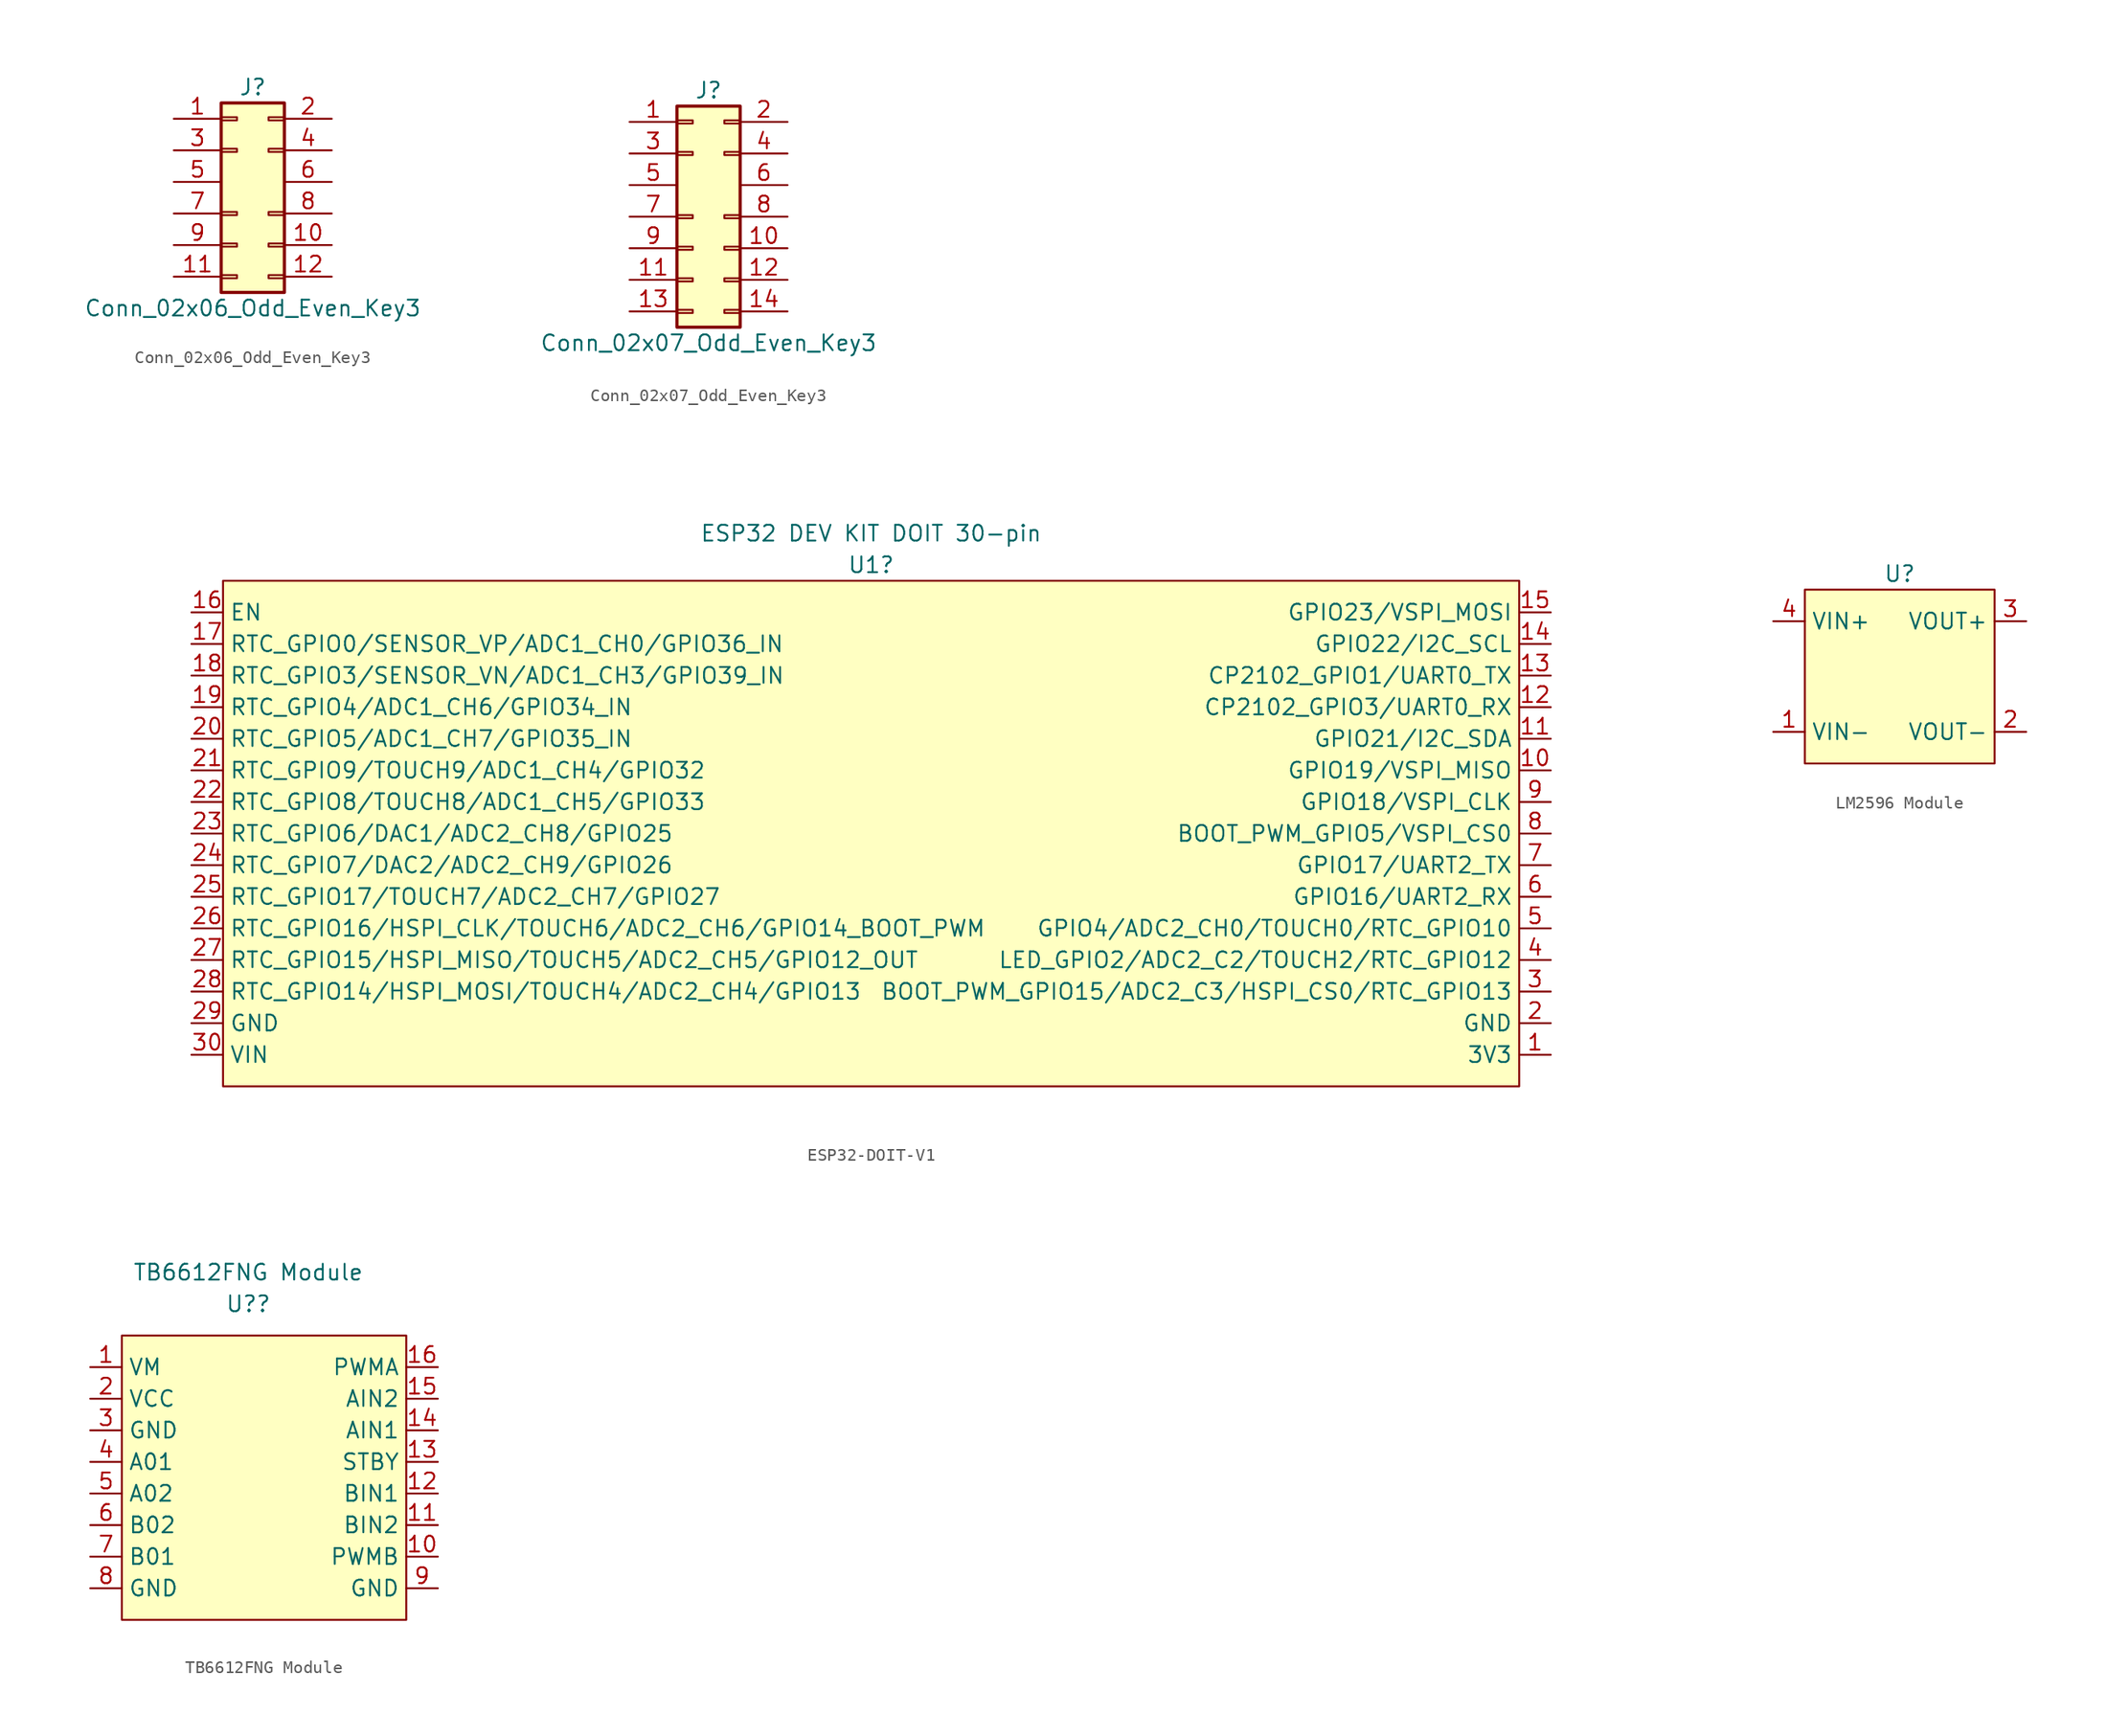
<source format=kicad_sym>
(kicad_symbol_lib
  (version 20220914)
  (generator kicad_symbol_editor)
  (symbol "Conn_02x06_Odd_Even_Key3"
    (pin_names
      (offset 1.016) hide)
    (property "Reference" "J"
      (at 1.27 7.62 0)
      (effects (font (size 1.27 1.27))))
    (property "Value" "Conn_02x06_Odd_Even_Key3"
      (at 1.27 -10.16 0)
      (effects (font (size 1.27 1.27))))
    (symbol "Conn_02x06_Odd_Even_Key3_1_1"
      (rectangle (start -1.27 -7.493) (end 0 -7.747) (stroke (width 0.152) (type default)) (fill (type none)))
      (rectangle (start -1.27 -4.953) (end 0 -5.207) (stroke (width 0.152) (type default)) (fill (type none)))
      (rectangle (start -1.27 -2.413) (end 0 -2.667) (stroke (width 0.152) (type default)) (fill (type none)))
      (rectangle (start -1.27 2.667) (end 0 2.413) (stroke (width 0.152) (type default)) (fill (type none)))
      (rectangle (start -1.27 5.207) (end 0 4.953) (stroke (width 0.152) (type default)) (fill (type none)))
      (rectangle (start -1.27 6.35) (end 3.81 -8.89) (stroke (width 0.254) (type default)) (fill (type background)))
      (rectangle (start 3.81 -7.493) (end 2.54 -7.747) (stroke (width 0.152) (type default)) (fill (type none)))
      (rectangle (start 3.81 -4.953) (end 2.54 -5.207) (stroke (width 0.152) (type default)) (fill (type none)))
      (rectangle (start 3.81 -2.413) (end 2.54 -2.667) (stroke (width 0.152) (type default)) (fill (type none)))
      (rectangle (start 3.81 2.667) (end 2.54 2.413) (stroke (width 0.152) (type default)) (fill (type none)))
      (rectangle (start 3.81 5.207) (end 2.54 4.953) (stroke (width 0.152) (type default)) (fill (type none)))
      (pin passive line (at -5.08 5.08 0) (length 3.81) (name "Pin_1" (effects (font (size 1.27 1.27)))) (number "1" (effects (font (size 1.27 1.27)))))
      (pin passive line (at 7.62 -5.08 180) (length 3.81) (name "Pin_10" (effects (font (size 1.27 1.27)))) (number "10" (effects (font (size 1.27 1.27)))))
      (pin passive line (at -5.08 -7.62 0) (length 3.81) (name "Pin_11" (effects (font (size 1.27 1.27)))) (number "11" (effects (font (size 1.27 1.27)))))
      (pin passive line (at 7.62 -7.62 180) (length 3.81) (name "Pin_12" (effects (font (size 1.27 1.27)))) (number "12" (effects (font (size 1.27 1.27)))))
      (pin passive line (at 7.62 5.08 180) (length 3.81) (name "Pin_2" (effects (font (size 1.27 1.27)))) (number "2" (effects (font (size 1.27 1.27)))))
      (pin passive line (at -5.08 2.54 0) (length 3.81) (name "Pin_3" (effects (font (size 1.27 1.27)))) (number "3" (effects (font (size 1.27 1.27)))))
      (pin passive line (at 7.62 2.54 180) (length 3.81) (name "Pin_4" (effects (font (size 1.27 1.27)))) (number "4" (effects (font (size 1.27 1.27)))))
      (pin passive line (at -5.08 0 0) (length 3.81) (name "Pin_5" (effects (font (size 1.27 1.27)))) (number "5" (effects (font (size 1.27 1.27)))))
      (pin passive line (at 7.62 0 180) (length 3.81) (name "Pin_6" (effects (font (size 1.27 1.27)))) (number "6" (effects (font (size 1.27 1.27)))))
      (pin passive line (at -5.08 -2.54 0) (length 3.81) (name "Pin_7" (effects (font (size 1.27 1.27)))) (number "7" (effects (font (size 1.27 1.27)))))
      (pin passive line (at 7.62 -2.54 180) (length 3.81) (name "Pin_8" (effects (font (size 1.27 1.27)))) (number "8" (effects (font (size 1.27 1.27)))))
      (pin passive line (at -5.08 -5.08 0) (length 3.81) (name "Pin_9" (effects (font (size 1.27 1.27)))) (number "9" (effects (font (size 1.27 1.27)))))))
  (symbol "Conn_02x07_Odd_Even_Key3"
    (pin_names
      (offset 1.016) hide)
    (property "Reference" "J"
      (at 1.27 10.16 0)
      (effects (font (size 1.27 1.27))))
    (property "Value" "Conn_02x07_Odd_Even_Key3"
      (at 1.27 -10.16 0)
      (effects (font (size 1.27 1.27))))
    (symbol "Conn_02x07_Odd_Even_Key3_1_1"
      (rectangle (start -1.27 -7.493) (end 0 -7.747) (stroke (width 0.152) (type default)) (fill (type none)))
      (rectangle (start -1.27 -4.953) (end 0 -5.207) (stroke (width 0.152) (type default)) (fill (type none)))
      (rectangle (start -1.27 -2.413) (end 0 -2.667) (stroke (width 0.152) (type default)) (fill (type none)))
      (rectangle (start -1.27 0.127) (end 0 -0.127) (stroke (width 0.152) (type default)) (fill (type none)))
      (rectangle (start -1.27 5.207) (end 0 4.953) (stroke (width 0.152) (type default)) (fill (type none)))
      (rectangle (start -1.27 7.747) (end 0 7.493) (stroke (width 0.152) (type default)) (fill (type none)))
      (rectangle (start -1.27 8.89) (end 3.81 -8.89) (stroke (width 0.254) (type default)) (fill (type background)))
      (rectangle (start 3.81 -7.493) (end 2.54 -7.747) (stroke (width 0.152) (type default)) (fill (type none)))
      (rectangle (start 3.81 -4.953) (end 2.54 -5.207) (stroke (width 0.152) (type default)) (fill (type none)))
      (rectangle (start 3.81 -2.413) (end 2.54 -2.667) (stroke (width 0.152) (type default)) (fill (type none)))
      (rectangle (start 3.81 0.127) (end 2.54 -0.127) (stroke (width 0.152) (type default)) (fill (type none)))
      (rectangle (start 3.81 5.207) (end 2.54 4.953) (stroke (width 0.152) (type default)) (fill (type none)))
      (rectangle (start 3.81 7.747) (end 2.54 7.493) (stroke (width 0.152) (type default)) (fill (type none)))
      (pin passive line (at -5.08 7.62 0) (length 3.81) (name "Pin_1" (effects (font (size 1.27 1.27)))) (number "1" (effects (font (size 1.27 1.27)))))
      (pin passive line (at 7.62 -2.54 180) (length 3.81) (name "Pin_10" (effects (font (size 1.27 1.27)))) (number "10" (effects (font (size 1.27 1.27)))))
      (pin passive line (at -5.08 -5.08 0) (length 3.81) (name "Pin_11" (effects (font (size 1.27 1.27)))) (number "11" (effects (font (size 1.27 1.27)))))
      (pin passive line (at 7.62 -5.08 180) (length 3.81) (name "Pin_12" (effects (font (size 1.27 1.27)))) (number "12" (effects (font (size 1.27 1.27)))))
      (pin passive line (at -5.08 -7.62 0) (length 3.81) (name "Pin_13" (effects (font (size 1.27 1.27)))) (number "13" (effects (font (size 1.27 1.27)))))
      (pin passive line (at 7.62 -7.62 180) (length 3.81) (name "Pin_14" (effects (font (size 1.27 1.27)))) (number "14" (effects (font (size 1.27 1.27)))))
      (pin passive line (at 7.62 7.62 180) (length 3.81) (name "Pin_2" (effects (font (size 1.27 1.27)))) (number "2" (effects (font (size 1.27 1.27)))))
      (pin passive line (at -5.08 5.08 0) (length 3.81) (name "Pin_3" (effects (font (size 1.27 1.27)))) (number "3" (effects (font (size 1.27 1.27)))))
      (pin passive line (at 7.62 5.08 180) (length 3.81) (name "Pin_4" (effects (font (size 1.27 1.27)))) (number "4" (effects (font (size 1.27 1.27)))))
      (pin passive line (at -5.08 2.54 0) (length 3.81) (name "Pin_5" (effects (font (size 1.27 1.27)))) (number "5" (effects (font (size 1.27 1.27)))))
      (pin passive line (at 7.62 2.54 180) (length 3.81) (name "Pin_6" (effects (font (size 1.27 1.27)))) (number "6" (effects (font (size 1.27 1.27)))))
      (pin passive line (at -5.08 0 0) (length 3.81) (name "Pin_7" (effects (font (size 1.27 1.27)))) (number "7" (effects (font (size 1.27 1.27)))))
      (pin passive line (at 7.62 0 180) (length 3.81) (name "Pin_8" (effects (font (size 1.27 1.27)))) (number "8" (effects (font (size 1.27 1.27)))))
      (pin passive line (at -5.08 -2.54 0) (length 3.81) (name "Pin_9" (effects (font (size 1.27 1.27)))) (number "9" (effects (font (size 1.27 1.27)))))))
  (symbol "ESP32-DOIT-V1"
    (property "Reference" "U1"
      (at -1.27 21.59 0)
      (effects (font (size 1.27 1.27))))
    (property "Value" "ESP32 DEV KIT DOIT 30-pin"
      (at -1.27 24.13 0)
      (effects (font (size 1.27 1.27))))
    (symbol "ESP32-DOIT-V1_1_1"
      (rectangle (start -53.34 20.32) (end 50.8 -20.32) (stroke (width 0) (type default)) (fill (type background)))
      (pin power_out line (at 53.34 -17.78 180) (length 2.54) (name "3V3" (effects (font (size 1.27 1.27)))) (number "1" (effects (font (size 1.27 1.27)))))
      (pin bidirectional line (at 53.34 5.08 180) (length 2.54) (name "GPIO19/VSPI_MISO" (effects (font (size 1.27 1.27)))) (number "10" (effects (font (size 1.27 1.27)))))
      (pin bidirectional line (at 53.34 7.62 180) (length 2.54) (name "GPIO21/I2C_SDA" (effects (font (size 1.27 1.27)))) (number "11" (effects (font (size 1.27 1.27)))))
      (pin bidirectional line (at 53.34 10.16 180) (length 2.54) (name "CP2102_GPIO3/UART0_RX" (effects (font (size 1.27 1.27)))) (number "12" (effects (font (size 1.27 1.27)))))
      (pin bidirectional line (at 53.34 12.7 180) (length 2.54) (name "CP2102_GPIO1/UART0_TX" (effects (font (size 1.27 1.27)))) (number "13" (effects (font (size 1.27 1.27)))))
      (pin bidirectional line (at 53.34 15.24 180) (length 2.54) (name "GPIO22/I2C_SCL" (effects (font (size 1.27 1.27)))) (number "14" (effects (font (size 1.27 1.27)))))
      (pin bidirectional line (at 53.34 17.78 180) (length 2.54) (name "GPIO23/VSPI_MOSI" (effects (font (size 1.27 1.27)))) (number "15" (effects (font (size 1.27 1.27)))))
      (pin bidirectional line (at -55.88 17.78 0) (length 2.54) (name "EN" (effects (font (size 1.27 1.27)))) (number "16" (effects (font (size 1.27 1.27)))))
      (pin bidirectional line (at -55.88 15.24 0) (length 2.54) (name "RTC_GPIO0/SENSOR_VP/ADC1_CH0/GPIO36_IN" (effects (font (size 1.27 1.27)))) (number "17" (effects (font (size 1.27 1.27)))))
      (pin bidirectional line (at -55.88 12.7 0) (length 2.54) (name "RTC_GPIO3/SENSOR_VN/ADC1_CH3/GPIO39_IN" (effects (font (size 1.27 1.27)))) (number "18" (effects (font (size 1.27 1.27)))))
      (pin bidirectional line (at -55.88 10.16 0) (length 2.54) (name "RTC_GPIO4/ADC1_CH6/GPIO34_IN" (effects (font (size 1.27 1.27)))) (number "19" (effects (font (size 1.27 1.27)))))
      (pin passive line (at 53.34 -15.24 180) (length 2.54) (name "GND" (effects (font (size 1.27 1.27)))) (number "2" (effects (font (size 1.27 1.27)))))
      (pin bidirectional line (at -55.88 7.62 0) (length 2.54) (name "RTC_GPIO5/ADC1_CH7/GPIO35_IN" (effects (font (size 1.27 1.27)))) (number "20" (effects (font (size 1.27 1.27)))))
      (pin bidirectional line (at -55.88 5.08 0) (length 2.54) (name "RTC_GPIO9/TOUCH9/ADC1_CH4/GPIO32" (effects (font (size 1.27 1.27)))) (number "21" (effects (font (size 1.27 1.27)))))
      (pin bidirectional line (at -55.88 2.54 0) (length 2.54) (name "RTC_GPIO8/TOUCH8/ADC1_CH5/GPIO33" (effects (font (size 1.27 1.27)))) (number "22" (effects (font (size 1.27 1.27)))))
      (pin bidirectional line (at -55.88 0 0) (length 2.54) (name "RTC_GPIO6/DAC1/ADC2_CH8/GPIO25" (effects (font (size 1.27 1.27)))) (number "23" (effects (font (size 1.27 1.27)))))
      (pin bidirectional line (at -55.88 -2.54 0) (length 2.54) (name "RTC_GPIO7/DAC2/ADC2_CH9/GPIO26" (effects (font (size 1.27 1.27)))) (number "24" (effects (font (size 1.27 1.27)))))
      (pin bidirectional line (at -55.88 -5.08 0) (length 2.54) (name "RTC_GPIO17/TOUCH7/ADC2_CH7/GPIO27" (effects (font (size 1.27 1.27)))) (number "25" (effects (font (size 1.27 1.27)))))
      (pin bidirectional line (at -55.88 -7.62 0) (length 2.54) (name "RTC_GPIO16/HSPI_CLK/TOUCH6/ADC2_CH6/GPIO14_BOOT_PWM" (effects (font (size 1.27 1.27)))) (number "26" (effects (font (size 1.27 1.27)))))
      (pin bidirectional line (at -55.88 -10.16 0) (length 2.54) (name "RTC_GPIO15/HSPI_MISO/TOUCH5/ADC2_CH5/GPIO12_OUT" (effects (font (size 1.27 1.27)))) (number "27" (effects (font (size 1.27 1.27)))))
      (pin bidirectional line (at -55.88 -12.7 0) (length 2.54) (name "RTC_GPIO14/HSPI_MOSI/TOUCH4/ADC2_CH4/GPIO13" (effects (font (size 1.27 1.27)))) (number "28" (effects (font (size 1.27 1.27)))))
      (pin passive line (at -55.88 -15.24 0) (length 2.54) (name "GND" (effects (font (size 1.27 1.27)))) (number "29" (effects (font (size 1.27 1.27)))))
      (pin bidirectional line (at 53.34 -12.7 180) (length 2.54) (name "BOOT_PWM_GPIO15/ADC2_C3/HSPI_CS0/RTC_GPIO13" (effects (font (size 1.27 1.27)))) (number "3" (effects (font (size 1.27 1.27)))))
      (pin passive line (at -55.88 -17.78 0) (length 2.54) (name "VIN" (effects (font (size 1.27 1.27)))) (number "30" (effects (font (size 1.27 1.27)))))
      (pin bidirectional line (at 53.34 -10.16 180) (length 2.54) (name "LED_GPIO2/ADC2_C2/TOUCH2/RTC_GPIO12" (effects (font (size 1.27 1.27)))) (number "4" (effects (font (size 1.27 1.27)))))
      (pin bidirectional line (at 53.34 -7.62 180) (length 2.54) (name "GPIO4/ADC2_CH0/TOUCH0/RTC_GPIO10" (effects (font (size 1.27 1.27)))) (number "5" (effects (font (size 1.27 1.27)))))
      (pin bidirectional line (at 53.34 -5.08 180) (length 2.54) (name "GPIO16/UART2_RX" (effects (font (size 1.27 1.27)))) (number "6" (effects (font (size 1.27 1.27)))))
      (pin bidirectional line (at 53.34 -2.54 180) (length 2.54) (name "GPIO17/UART2_TX" (effects (font (size 1.27 1.27)))) (number "7" (effects (font (size 1.27 1.27)))))
      (pin bidirectional line (at 53.34 0 180) (length 2.54) (name "BOOT_PWM_GPIO5/VSPI_CS0" (effects (font (size 1.27 1.27)))) (number "8" (effects (font (size 1.27 1.27)))))
      (pin bidirectional line (at 53.34 2.54 180) (length 2.54) (name "GPIO18/VSPI_CLK" (effects (font (size 1.27 1.27)))) (number "9" (effects (font (size 1.27 1.27)))))))
  (symbol "LM2596 Module"
    (property "Reference" "U"
      (at 0 -1.27 0)
      (effects (font (size 1.27 1.27))))
    (property "Value" ""
      (at -0.635 5.08 0)
      (effects (font (size 1.27 1.27))))
    (symbol "LM2596 Module_1_1"
      (rectangle (start -7.62 -2.54) (end 7.62 -16.51) (stroke (width 0) (type default)) (fill (type background)))
      (pin passive line (at -10.16 -13.97 0) (length 2.54) (name "VIN-" (effects (font (size 1.27 1.27)))) (number "1" (effects (font (size 1.27 1.27)))))
      (pin passive line (at 10.16 -13.97 180) (length 2.54) (name "VOUT-" (effects (font (size 1.27 1.27)))) (number "2" (effects (font (size 1.27 1.27)))))
      (pin power_out line (at 10.16 -5.08 180) (length 2.54) (name "VOUT+" (effects (font (size 1.27 1.27)))) (number "3" (effects (font (size 1.27 1.27)))))
      (pin passive line (at -10.16 -5.08 0) (length 2.54) (name "VIN+" (effects (font (size 1.27 1.27)))) (number "4" (effects (font (size 1.27 1.27)))))))
  (symbol "TB6612FNG Module"
    (property "Reference" "U?"
      (at -1.27 13.97 0)
      (effects (font (size 1.27 1.27))))
    (property "Value" "TB6612FNG Module"
      (at -1.27 16.51 0)
      (effects (font (size 1.27 1.27))))
    (symbol "TB6612FNG Module_1_1"
      (rectangle (start -11.43 11.43) (end 11.43 -11.43) (stroke (width 0) (type default)) (fill (type background)))
      (pin passive line (at -13.97 8.89 0) (length 2.54) (name "VM" (effects (font (size 1.27 1.27)))) (number "1" (effects (font (size 1.27 1.27)))))
      (pin input line (at 13.97 -6.35 180) (length 2.54) (name "PWMB" (effects (font (size 1.27 1.27)))) (number "10" (effects (font (size 1.27 1.27)))))
      (pin input line (at 13.97 -3.81 180) (length 2.54) (name "BIN2" (effects (font (size 1.27 1.27)))) (number "11" (effects (font (size 1.27 1.27)))))
      (pin input line (at 13.97 -1.27 180) (length 2.54) (name "BIN1" (effects (font (size 1.27 1.27)))) (number "12" (effects (font (size 1.27 1.27)))))
      (pin input line (at 13.97 1.27 180) (length 2.54) (name "STBY" (effects (font (size 1.27 1.27)))) (number "13" (effects (font (size 1.27 1.27)))))
      (pin input line (at 13.97 3.81 180) (length 2.54) (name "AIN1" (effects (font (size 1.27 1.27)))) (number "14" (effects (font (size 1.27 1.27)))))
      (pin input line (at 13.97 6.35 180) (length 2.54) (name "AIN2" (effects (font (size 1.27 1.27)))) (number "15" (effects (font (size 1.27 1.27)))))
      (pin input line (at 13.97 8.89 180) (length 2.54) (name "PWMA" (effects (font (size 1.27 1.27)))) (number "16" (effects (font (size 1.27 1.27)))))
      (pin passive line (at -13.97 6.35 0) (length 2.54) (name "VCC" (effects (font (size 1.27 1.27)))) (number "2" (effects (font (size 1.27 1.27)))))
      (pin passive line (at -13.97 3.81 0) (length 2.54) (name "GND" (effects (font (size 1.27 1.27)))) (number "3" (effects (font (size 1.27 1.27)))))
      (pin passive line (at -13.97 1.27 0) (length 2.54) (name "A01" (effects (font (size 1.27 1.27)))) (number "4" (effects (font (size 1.27 1.27)))))
      (pin passive line (at -13.97 -1.27 0) (length 2.54) (name "A02" (effects (font (size 1.27 1.27)))) (number "5" (effects (font (size 1.27 1.27)))))
      (pin bidirectional line (at -13.97 -3.81 0) (length 2.54) (name "B02" (effects (font (size 1.27 1.27)))) (number "6" (effects (font (size 1.27 1.27)))))
      (pin passive line (at -13.97 -6.35 0) (length 2.54) (name "B01" (effects (font (size 1.27 1.27)))) (number "7" (effects (font (size 1.27 1.27)))))
      (pin passive line (at -13.97 -8.89 0) (length 2.54) (name "GND" (effects (font (size 1.27 1.27)))) (number "8" (effects (font (size 1.27 1.27)))))
      (pin passive line (at 13.97 -8.89 180) (length 2.54) (name "GND" (effects (font (size 1.27 1.27)))) (number "9" (effects (font (size 1.27 1.27))))))))
</source>
